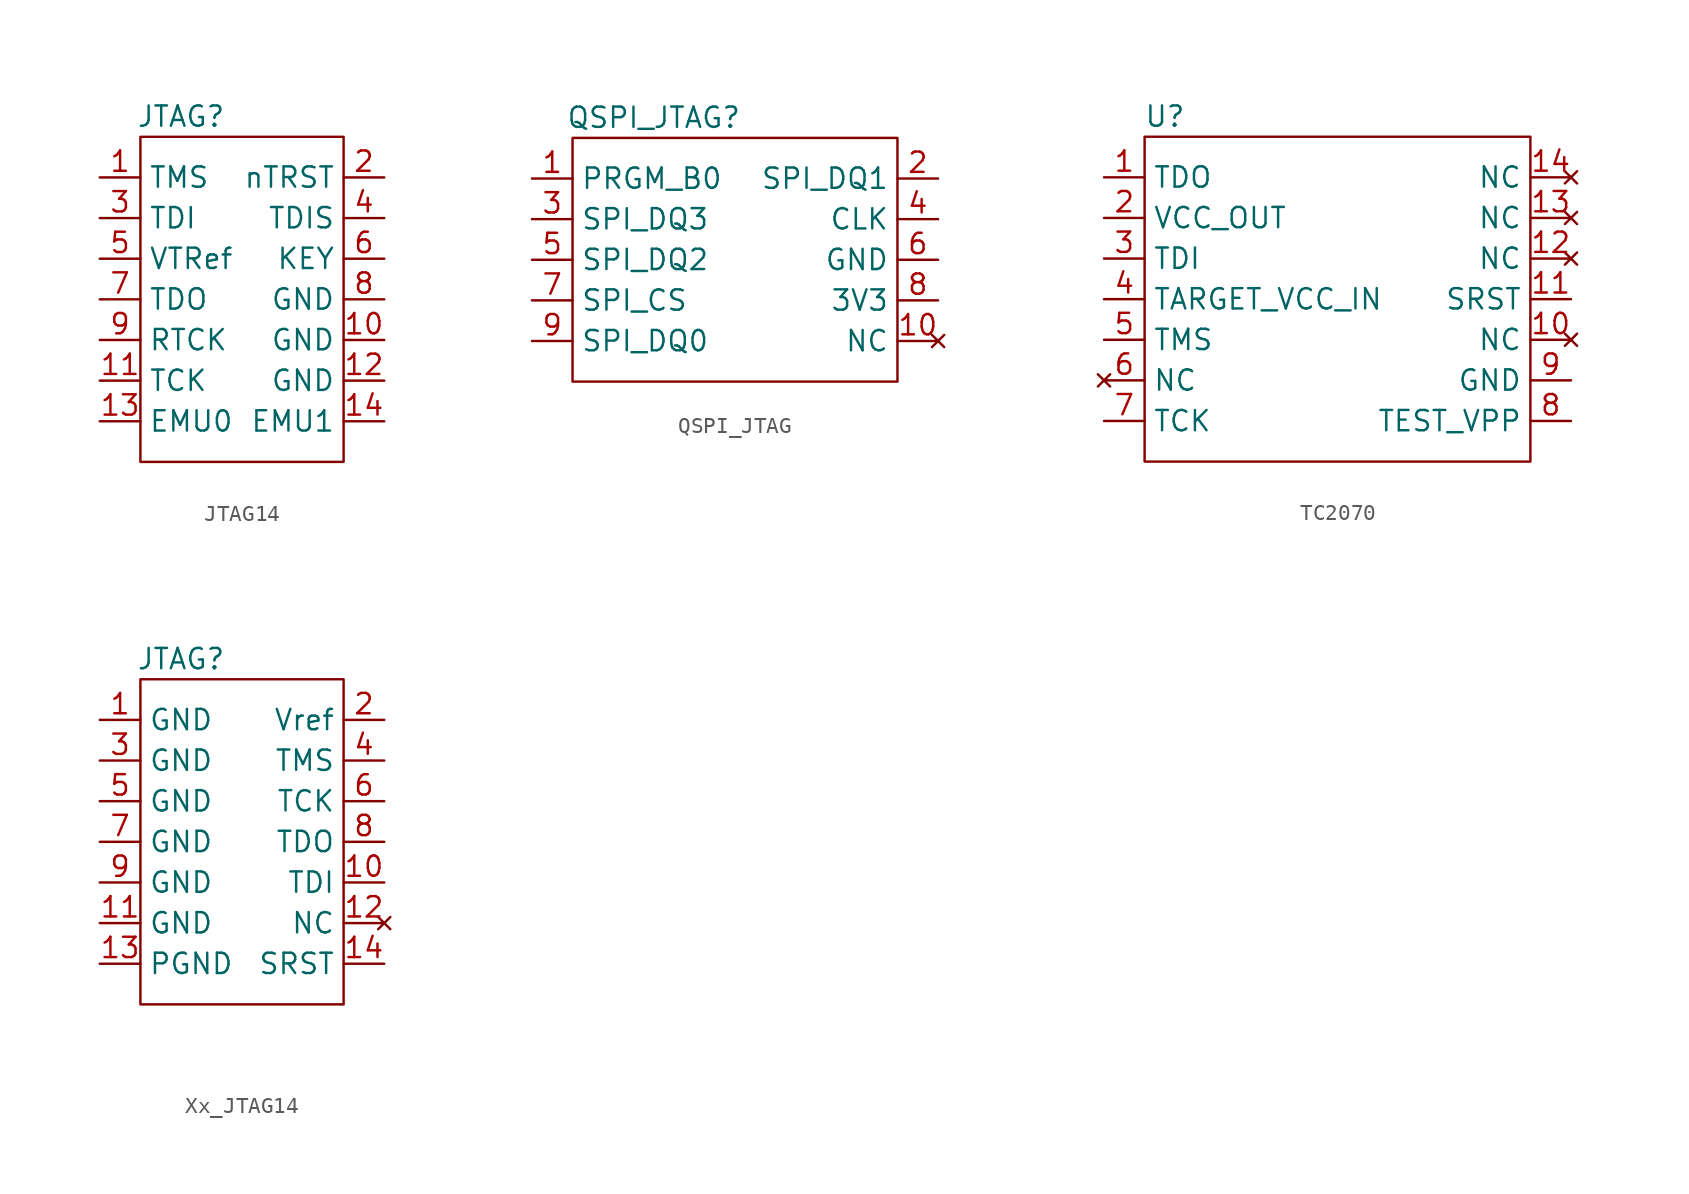
<source format=kicad_sym>
(kicad_symbol_lib
  (version 20220914)
  (generator kicad_symbol_editor)
  (symbol "JTAG14"
    (property "Reference" "JTAG"
      (at -2.54 11.43 0)
      (effects (font (size 1.27 1.27))))
    (property "Value" ""
      (at 0 0 0)
      (effects (font (size 1.27 1.27))))
    (symbol "JTAG14_0_1"
      (rectangle (start -5.08 10.16) (end 7.62 -10.16) (stroke (width 0) (type default)) (fill (type none))))
    (symbol "JTAG14_1_1"
      (pin bidirectional line (at -7.62 7.62 0) (length 2.54) (name "TMS" (effects (font (size 1.27 1.27)))) (number "1" (effects (font (size 1.27 1.27)))))
      (pin power_in line (at 10.16 -2.54 180) (length 2.54) (name "GND" (effects (font (size 1.27 1.27)))) (number "10" (effects (font (size 1.27 1.27)))))
      (pin input line (at -7.62 -5.08 0) (length 2.54) (name "TCK" (effects (font (size 1.27 1.27)))) (number "11" (effects (font (size 1.27 1.27)))))
      (pin power_in line (at 10.16 -5.08 180) (length 2.54) (name "GND" (effects (font (size 1.27 1.27)))) (number "12" (effects (font (size 1.27 1.27)))))
      (pin unspecified line (at -7.62 -7.62 0) (length 2.54) (name "EMU0" (effects (font (size 1.27 1.27)))) (number "13" (effects (font (size 1.27 1.27)))))
      (pin unspecified line (at 10.16 -7.62 180) (length 2.54) (name "EMU1" (effects (font (size 1.27 1.27)))) (number "14" (effects (font (size 1.27 1.27)))))
      (pin input line (at 10.16 7.62 180) (length 2.54) (name "nTRST" (effects (font (size 1.27 1.27)))) (number "2" (effects (font (size 1.27 1.27)))))
      (pin input line (at -7.62 5.08 0) (length 2.54) (name "TDI" (effects (font (size 1.27 1.27)))) (number "3" (effects (font (size 1.27 1.27)))))
      (pin input line (at 10.16 5.08 180) (length 2.54) (name "TDIS" (effects (font (size 1.27 1.27)))) (number "4" (effects (font (size 1.27 1.27)))))
      (pin power_in line (at -7.62 2.54 0) (length 2.54) (name "VTRef" (effects (font (size 1.27 1.27)))) (number "5" (effects (font (size 1.27 1.27)))))
      (pin output line (at 10.16 2.54 180) (length 2.54) (name "KEY" (effects (font (size 1.27 1.27)))) (number "6" (effects (font (size 1.27 1.27)))))
      (pin output line (at -7.62 0 0) (length 2.54) (name "TDO" (effects (font (size 1.27 1.27)))) (number "7" (effects (font (size 1.27 1.27)))))
      (pin power_in line (at 10.16 0 180) (length 2.54) (name "GND" (effects (font (size 1.27 1.27)))) (number "8" (effects (font (size 1.27 1.27)))))
      (pin input line (at -7.62 -2.54 0) (length 2.54) (name "RTCK" (effects (font (size 1.27 1.27)))) (number "9" (effects (font (size 1.27 1.27)))))))
  (symbol "QSPI_JTAG"
    (property "Reference" "QSPI_JTAG"
      (at 0 8.89 0)
      (effects (font (size 1.27 1.27))))
    (property "Value" ""
      (at 0 10.16 0)
      (effects (font (size 1.27 1.27))))
    (symbol "QSPI_JTAG_0_1"
      (rectangle (start -5.08 7.62) (end 15.24 -7.62) (stroke (width 0) (type default)) (fill (type none))))
    (symbol "QSPI_JTAG_1_1"
      (pin input line (at -7.62 5.08 0) (length 2.54) (name "PRGM_B0" (effects (font (size 1.27 1.27)))) (number "1" (effects (font (size 1.27 1.27)))))
      (pin no_connect line (at 17.78 -5.08 180) (length 2.54) (name "NC" (effects (font (size 1.27 1.27)))) (number "10" (effects (font (size 1.27 1.27)))))
      (pin output line (at 17.78 5.08 180) (length 2.54) (name "SPI_DQ1" (effects (font (size 1.27 1.27)))) (number "2" (effects (font (size 1.27 1.27)))))
      (pin input line (at -7.62 2.54 0) (length 2.54) (name "SPI_DQ3" (effects (font (size 1.27 1.27)))) (number "3" (effects (font (size 1.27 1.27)))))
      (pin output line (at 17.78 2.54 180) (length 2.54) (name "CLK" (effects (font (size 1.27 1.27)))) (number "4" (effects (font (size 1.27 1.27)))))
      (pin input line (at -7.62 0 0) (length 2.54) (name "SPI_DQ2" (effects (font (size 1.27 1.27)))) (number "5" (effects (font (size 1.27 1.27)))))
      (pin power_in line (at 17.78 0 180) (length 2.54) (name "GND" (effects (font (size 1.27 1.27)))) (number "6" (effects (font (size 1.27 1.27)))))
      (pin input line (at -7.62 -2.54 0) (length 2.54) (name "SPI_CS" (effects (font (size 1.27 1.27)))) (number "7" (effects (font (size 1.27 1.27)))))
      (pin power_in line (at 17.78 -2.54 180) (length 2.54) (name "3V3" (effects (font (size 1.27 1.27)))) (number "8" (effects (font (size 1.27 1.27)))))
      (pin input line (at -7.62 -5.08 0) (length 2.54) (name "SPI_DQ0" (effects (font (size 1.27 1.27)))) (number "9" (effects (font (size 1.27 1.27)))))))
  (symbol "TC2070"
    (property "Reference" "U"
      (at -5.08 6.35 0)
      (effects (font (size 1.27 1.27))))
    (property "Value" ""
      (at -5.08 6.35 0)
      (effects (font (size 1.27 1.27))))
    (symbol "TC2070_0_1"
      (rectangle (start -6.35 5.08) (end 17.78 -15.24) (stroke (width 0) (type default)) (fill (type none))))
    (symbol "TC2070_1_1"
      (pin input line (at -8.89 2.54 0) (length 2.54) (name "TDO" (effects (font (size 1.27 1.27)))) (number "1" (effects (font (size 1.27 1.27)))))
      (pin no_connect line (at 20.32 -7.62 180) (length 2.54) (name "NC" (effects (font (size 1.27 1.27)))) (number "10" (effects (font (size 1.27 1.27)))))
      (pin output line (at 20.32 -5.08 180) (length 2.54) (name "SRST" (effects (font (size 1.27 1.27)))) (number "11" (effects (font (size 1.27 1.27)))))
      (pin no_connect line (at 20.32 -2.54 180) (length 2.54) (name "NC" (effects (font (size 1.27 1.27)))) (number "12" (effects (font (size 1.27 1.27)))))
      (pin no_connect line (at 20.32 0 180) (length 2.54) (name "NC" (effects (font (size 1.27 1.27)))) (number "13" (effects (font (size 1.27 1.27)))))
      (pin no_connect line (at 20.32 2.54 180) (length 2.54) (name "NC" (effects (font (size 1.27 1.27)))) (number "14" (effects (font (size 1.27 1.27)))))
      (pin power_in line (at -8.89 0 0) (length 2.54) (name "VCC_OUT" (effects (font (size 1.27 1.27)))) (number "2" (effects (font (size 1.27 1.27)))))
      (pin output line (at -8.89 -2.54 0) (length 2.54) (name "TDI" (effects (font (size 1.27 1.27)))) (number "3" (effects (font (size 1.27 1.27)))))
      (pin power_in line (at -8.89 -5.08 0) (length 2.54) (name "TARGET_VCC_IN" (effects (font (size 1.27 1.27)))) (number "4" (effects (font (size 1.27 1.27)))))
      (pin output line (at -8.89 -7.62 0) (length 2.54) (name "TMS" (effects (font (size 1.27 1.27)))) (number "5" (effects (font (size 1.27 1.27)))))
      (pin no_connect line (at -8.89 -10.16 0) (length 2.54) (name "NC" (effects (font (size 1.27 1.27)))) (number "6" (effects (font (size 1.27 1.27)))))
      (pin output line (at -8.89 -12.7 0) (length 2.54) (name "TCK" (effects (font (size 1.27 1.27)))) (number "7" (effects (font (size 1.27 1.27)))))
      (pin power_in line (at 20.32 -12.7 180) (length 2.54) (name "TEST_VPP" (effects (font (size 1.27 1.27)))) (number "8" (effects (font (size 1.27 1.27)))))
      (pin power_in line (at 20.32 -10.16 180) (length 2.54) (name "GND" (effects (font (size 1.27 1.27)))) (number "9" (effects (font (size 1.27 1.27)))))))
  (symbol "Xx_JTAG14"
    (property "Reference" "JTAG"
      (at -3.81 10.16 0)
      (effects (font (size 1.27 1.27))))
    (property "Value" ""
      (at 0 -13.97 0)
      (effects (font (size 1.27 1.27))))
    (symbol "Xx_JTAG14_0_1"
      (rectangle (start -6.35 8.89) (end 6.35 -11.43) (stroke (width 0) (type default)) (fill (type none))))
    (symbol "Xx_JTAG14_1_1"
      (pin power_in line (at -8.89 6.35 0) (length 2.54) (name "GND" (effects (font (size 1.27 1.27)))) (number "1" (effects (font (size 1.27 1.27)))))
      (pin output line (at 8.89 -3.81 180) (length 2.54) (name "TDI" (effects (font (size 1.27 1.27)))) (number "10" (effects (font (size 1.27 1.27)))))
      (pin power_in line (at -8.89 -6.35 0) (length 2.54) (name "GND" (effects (font (size 1.27 1.27)))) (number "11" (effects (font (size 1.27 1.27)))))
      (pin no_connect line (at 8.89 -6.35 180) (length 2.54) (name "NC" (effects (font (size 1.27 1.27)))) (number "12" (effects (font (size 1.27 1.27)))))
      (pin power_in line (at -8.89 -8.89 0) (length 2.54) (name "PGND" (effects (font (size 1.27 1.27)))) (number "13" (effects (font (size 1.27 1.27)))))
      (pin output line (at 8.89 -8.89 180) (length 2.54) (name "SRST" (effects (font (size 1.27 1.27)))) (number "14" (effects (font (size 1.27 1.27)))))
      (pin power_in line (at 8.89 6.35 180) (length 2.54) (name "Vref" (effects (font (size 1.27 1.27)))) (number "2" (effects (font (size 1.27 1.27)))))
      (pin power_in line (at -8.89 3.81 0) (length 2.54) (name "GND" (effects (font (size 1.27 1.27)))) (number "3" (effects (font (size 1.27 1.27)))))
      (pin output line (at 8.89 3.81 180) (length 2.54) (name "TMS" (effects (font (size 1.27 1.27)))) (number "4" (effects (font (size 1.27 1.27)))))
      (pin power_in line (at -8.89 1.27 0) (length 2.54) (name "GND" (effects (font (size 1.27 1.27)))) (number "5" (effects (font (size 1.27 1.27)))))
      (pin output line (at 8.89 1.27 180) (length 2.54) (name "TCK" (effects (font (size 1.27 1.27)))) (number "6" (effects (font (size 1.27 1.27)))))
      (pin power_in line (at -8.89 -1.27 0) (length 2.54) (name "GND" (effects (font (size 1.27 1.27)))) (number "7" (effects (font (size 1.27 1.27)))))
      (pin input line (at 8.89 -1.27 180) (length 2.54) (name "TDO" (effects (font (size 1.27 1.27)))) (number "8" (effects (font (size 1.27 1.27)))))
      (pin power_in line (at -8.89 -3.81 0) (length 2.54) (name "GND" (effects (font (size 1.27 1.27)))) (number "9" (effects (font (size 1.27 1.27))))))))
</source>
